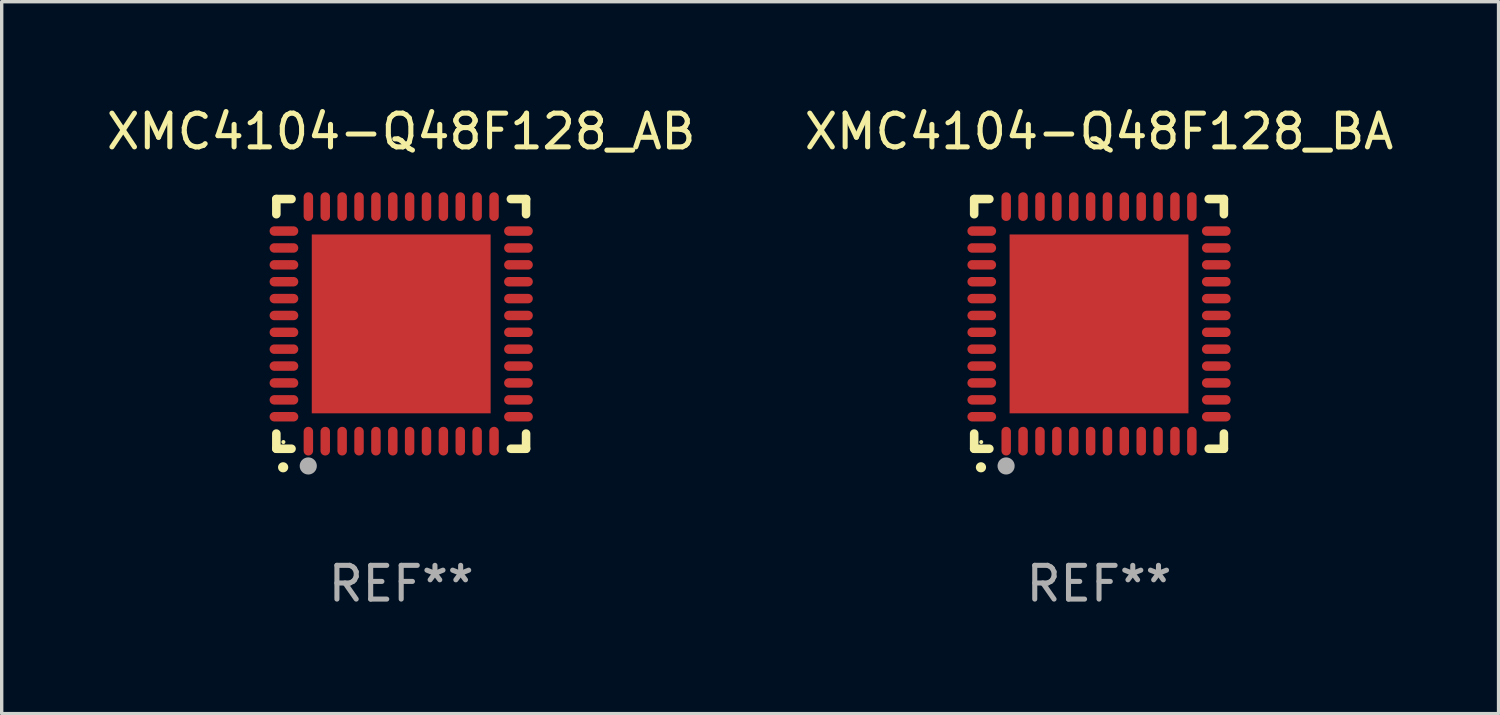
<source format=kicad_pcb>
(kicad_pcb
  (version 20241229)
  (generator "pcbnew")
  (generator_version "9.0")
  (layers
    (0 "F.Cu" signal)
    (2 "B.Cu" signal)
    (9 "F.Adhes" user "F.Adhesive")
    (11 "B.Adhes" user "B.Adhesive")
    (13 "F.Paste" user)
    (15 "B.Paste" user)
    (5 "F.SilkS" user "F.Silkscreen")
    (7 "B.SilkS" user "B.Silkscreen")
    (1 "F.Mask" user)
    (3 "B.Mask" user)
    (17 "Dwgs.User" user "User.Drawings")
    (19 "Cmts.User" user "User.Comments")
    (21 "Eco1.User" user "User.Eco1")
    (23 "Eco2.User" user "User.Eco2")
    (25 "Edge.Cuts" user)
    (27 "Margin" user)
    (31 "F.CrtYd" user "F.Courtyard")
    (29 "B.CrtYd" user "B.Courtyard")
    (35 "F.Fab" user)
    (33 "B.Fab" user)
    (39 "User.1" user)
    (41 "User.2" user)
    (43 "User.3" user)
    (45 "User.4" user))
  (footprint "XMC4104-Q48F128_AB"
    (layer "F.Cu")
    (at 8.839 6.548)
    (property "Reference" "XMC4104-Q48F128_AB" (at 0 -5.7 0) (layer "F.SilkS") (effects (font (size 1 1) (thickness 0.15))))
    (attr through_hole)
    (fp_line (start -3.7 -3.7) (end -3.25 -3.7) (stroke (width 0.254) (type solid)) (layer "F.SilkS"))
    (fp_line (start -3.7 -3.25) (end -3.7 -3.7) (stroke (width 0.254) (type solid)) (layer "F.SilkS"))
    (fp_line (start -3.7 3.7) (end -3.7 3.25) (stroke (width 0.254) (type solid)) (layer "F.SilkS"))
    (fp_line (start -3.25 3.7) (end -3.7 3.7) (stroke (width 0.254) (type solid)) (layer "F.SilkS"))
    (fp_line (start 3.25 3.7) (end 3.7 3.7) (stroke (width 0.254) (type solid)) (layer "F.SilkS"))
    (fp_line (start 3.7 -3.7) (end 3.25 -3.7) (stroke (width 0.254) (type solid)) (layer "F.SilkS"))
    (fp_line (start 3.7 -3.25) (end 3.7 -3.7) (stroke (width 0.254) (type solid)) (layer "F.SilkS"))
    (fp_line (start 3.7 3.7) (end 3.7 3.25) (stroke (width 0.254) (type solid)) (layer "F.SilkS"))
    (fp_arc (start -3.500127 4.249428) (mid -3.498857 4.249423) (end -3.497587 4.249428) (stroke (width 0.3) (type solid)) (layer "F.SilkS"))
    (fp_circle (center -3.491 3.501) (end -3.461 3.501) (stroke (width 0.06) (type solid)) (fill no) (layer "F.SilkS"))
    (fp_circle (center -2.754 4.21) (end -2.627 4.21) (stroke (width 0.254) (type solid)) (fill no) (layer "F.Fab"))
    (fp_text user "REF**" (at 0 7.7 0) (layer "F.Fab") (effects (font (size 1 1) (thickness 0.15))))
    (pad "1" smd oval (at -2.751 3.475) (size 0.28 0.85) (layers "F.Cu" "F.Mask" "F.Paste"))
    (pad "2" smd oval (at -2.251 3.475) (size 0.28 0.85) (layers "F.Cu" "F.Mask" "F.Paste"))
    (pad "3" smd oval (at -1.75 3.475) (size 0.28 0.85) (layers "F.Cu" "F.Mask" "F.Paste"))
    (pad "4" smd oval (at -1.25 3.475) (size 0.28 0.85) (layers "F.Cu" "F.Mask" "F.Paste"))
    (pad "5" smd oval (at -0.749 3.475) (size 0.28 0.85) (layers "F.Cu" "F.Mask" "F.Paste"))
    (pad "6" smd oval (at -0.249 3.475) (size 0.28 0.85) (layers "F.Cu" "F.Mask" "F.Paste"))
    (pad "7" smd oval (at 0.249 3.475) (size 0.28 0.85) (layers "F.Cu" "F.Mask" "F.Paste"))
    (pad "8" smd oval (at 0.749 3.475) (size 0.28 0.85) (layers "F.Cu" "F.Mask" "F.Paste"))
    (pad "9" smd oval (at 1.25 3.475) (size 0.28 0.85) (layers "F.Cu" "F.Mask" "F.Paste"))
    (pad "10" smd oval (at 1.75 3.475) (size 0.28 0.85) (layers "F.Cu" "F.Mask" "F.Paste"))
    (pad "11" smd oval (at 2.25 3.475) (size 0.28 0.85) (layers "F.Cu" "F.Mask" "F.Paste"))
    (pad "12" smd oval (at 2.751 3.475) (size 0.28 0.85) (layers "F.Cu" "F.Mask" "F.Paste"))
    (pad "13" smd oval (at 3.475 2.751) (size 0.85 0.28) (layers "F.Cu" "F.Mask" "F.Paste"))
    (pad "14" smd oval (at 3.475 2.251) (size 0.85 0.28) (layers "F.Cu" "F.Mask" "F.Paste"))
    (pad "15" smd oval (at 3.475 1.75) (size 0.85 0.28) (layers "F.Cu" "F.Mask" "F.Paste"))
    (pad "16" smd oval (at 3.475 1.25) (size 0.85 0.28) (layers "F.Cu" "F.Mask" "F.Paste"))
    (pad "17" smd oval (at 3.475 0.749) (size 0.85 0.28) (layers "F.Cu" "F.Mask" "F.Paste"))
    (pad "18" smd oval (at 3.475 0.249) (size 0.85 0.28) (layers "F.Cu" "F.Mask" "F.Paste"))
    (pad "19" smd oval (at 3.475 -0.249) (size 0.85 0.28) (layers "F.Cu" "F.Mask" "F.Paste"))
    (pad "20" smd oval (at 3.475 -0.749) (size 0.85 0.28) (layers "F.Cu" "F.Mask" "F.Paste"))
    (pad "21" smd oval (at 3.475 -1.25) (size 0.85 0.28) (layers "F.Cu" "F.Mask" "F.Paste"))
    (pad "22" smd oval (at 3.475 -1.75) (size 0.85 0.28) (layers "F.Cu" "F.Mask" "F.Paste"))
    (pad "23" smd oval (at 3.475 -2.25) (size 0.85 0.28) (layers "F.Cu" "F.Mask" "F.Paste"))
    (pad "24" smd oval (at 3.475 -2.751) (size 0.85 0.28) (layers "F.Cu" "F.Mask" "F.Paste"))
    (pad "25" smd oval (at 2.751 -3.475) (size 0.28 0.85) (layers "F.Cu" "F.Mask" "F.Paste"))
    (pad "26" smd oval (at 2.25 -3.475) (size 0.28 0.85) (layers "F.Cu" "F.Mask" "F.Paste"))
    (pad "27" smd oval (at 1.75 -3.475) (size 0.28 0.85) (layers "F.Cu" "F.Mask" "F.Paste"))
    (pad "28" smd oval (at 1.25 -3.475) (size 0.28 0.85) (layers "F.Cu" "F.Mask" "F.Paste"))
    (pad "29" smd oval (at 0.749 -3.475) (size 0.28 0.85) (layers "F.Cu" "F.Mask" "F.Paste"))
    (pad "30" smd oval (at 0.249 -3.475) (size 0.28 0.85) (layers "F.Cu" "F.Mask" "F.Paste"))
    (pad "31" smd oval (at -0.249 -3.475) (size 0.28 0.85) (layers "F.Cu" "F.Mask" "F.Paste"))
    (pad "32" smd oval (at -0.749 -3.475) (size 0.28 0.85) (layers "F.Cu" "F.Mask" "F.Paste"))
    (pad "33" smd oval (at -1.25 -3.475) (size 0.28 0.85) (layers "F.Cu" "F.Mask" "F.Paste"))
    (pad "34" smd oval (at -1.75 -3.475) (size 0.28 0.85) (layers "F.Cu" "F.Mask" "F.Paste"))
    (pad "35" smd oval (at -2.251 -3.475) (size 0.28 0.85) (layers "F.Cu" "F.Mask" "F.Paste"))
    (pad "36" smd oval (at -2.751 -3.475) (size 0.28 0.85) (layers "F.Cu" "F.Mask" "F.Paste"))
    (pad "37" smd oval (at -3.475 -2.751) (size 0.85 0.28) (layers "F.Cu" "F.Mask" "F.Paste"))
    (pad "38" smd oval (at -3.475 -2.25) (size 0.85 0.28) (layers "F.Cu" "F.Mask" "F.Paste"))
    (pad "39" smd oval (at -3.475 -1.75) (size 0.85 0.28) (layers "F.Cu" "F.Mask" "F.Paste"))
    (pad "40" smd oval (at -3.475 -1.25) (size 0.85 0.28) (layers "F.Cu" "F.Mask" "F.Paste"))
    (pad "41" smd oval (at -3.475 -0.749) (size 0.85 0.28) (layers "F.Cu" "F.Mask" "F.Paste"))
    (pad "42" smd oval (at -3.475 -0.249) (size 0.85 0.28) (layers "F.Cu" "F.Mask" "F.Paste"))
    (pad "43" smd oval (at -3.475 0.249) (size 0.85 0.28) (layers "F.Cu" "F.Mask" "F.Paste"))
    (pad "44" smd oval (at -3.475 0.749) (size 0.85 0.28) (layers "F.Cu" "F.Mask" "F.Paste"))
    (pad "45" smd oval (at -3.475 1.25) (size 0.85 0.28) (layers "F.Cu" "F.Mask" "F.Paste"))
    (pad "46" smd oval (at -3.475 1.75) (size 0.85 0.28) (layers "F.Cu" "F.Mask" "F.Paste"))
    (pad "47" smd oval (at -3.475 2.251) (size 0.85 0.28) (layers "F.Cu" "F.Mask" "F.Paste"))
    (pad "48" smd oval (at -3.475 2.751) (size 0.85 0.28) (layers "F.Cu" "F.Mask" "F.Paste"))
    (pad "49" smd rect (at -0.000102 0.000102) (size 5.3 5.3) (layers "F.Cu" "F.Mask" "F.Paste")))
  (footprint "XMC4104-Q48F128_BA"
    (layer "F.Cu")
    (at 29.518 6.548)
    (property "Reference" "XMC4104-Q48F128_BA" (at 0 -5.7 0) (layer "F.SilkS") (effects (font (size 1 1) (thickness 0.15))))
    (attr through_hole)
    (fp_line (start -3.7 -3.7) (end -3.25 -3.7) (stroke (width 0.254) (type solid)) (layer "F.SilkS"))
    (fp_line (start -3.7 -3.25) (end -3.7 -3.7) (stroke (width 0.254) (type solid)) (layer "F.SilkS"))
    (fp_line (start -3.7 3.7) (end -3.7 3.25) (stroke (width 0.254) (type solid)) (layer "F.SilkS"))
    (fp_line (start -3.25 3.7) (end -3.7 3.7) (stroke (width 0.254) (type solid)) (layer "F.SilkS"))
    (fp_line (start 3.25 3.7) (end 3.7 3.7) (stroke (width 0.254) (type solid)) (layer "F.SilkS"))
    (fp_line (start 3.7 -3.7) (end 3.25 -3.7) (stroke (width 0.254) (type solid)) (layer "F.SilkS"))
    (fp_line (start 3.7 -3.25) (end 3.7 -3.7) (stroke (width 0.254) (type solid)) (layer "F.SilkS"))
    (fp_line (start 3.7 3.7) (end 3.7 3.25) (stroke (width 0.254) (type solid)) (layer "F.SilkS"))
    (fp_arc (start -3.500127 4.249428) (mid -3.498857 4.249423) (end -3.497587 4.249428) (stroke (width 0.3) (type solid)) (layer "F.SilkS"))
    (fp_circle (center -3.491 3.501) (end -3.461 3.501) (stroke (width 0.06) (type solid)) (fill no) (layer "F.SilkS"))
    (fp_circle (center -2.754 4.21) (end -2.627 4.21) (stroke (width 0.254) (type solid)) (fill no) (layer "F.Fab"))
    (fp_text user "REF**" (at 0 7.7 0) (layer "F.Fab") (effects (font (size 1 1) (thickness 0.15))))
    (pad "1" smd oval (at -2.751 3.475) (size 0.28 0.85) (layers "F.Cu" "F.Mask" "F.Paste"))
    (pad "2" smd oval (at -2.251 3.475) (size 0.28 0.85) (layers "F.Cu" "F.Mask" "F.Paste"))
    (pad "3" smd oval (at -1.75 3.475) (size 0.28 0.85) (layers "F.Cu" "F.Mask" "F.Paste"))
    (pad "4" smd oval (at -1.25 3.475) (size 0.28 0.85) (layers "F.Cu" "F.Mask" "F.Paste"))
    (pad "5" smd oval (at -0.749 3.475) (size 0.28 0.85) (layers "F.Cu" "F.Mask" "F.Paste"))
    (pad "6" smd oval (at -0.249 3.475) (size 0.28 0.85) (layers "F.Cu" "F.Mask" "F.Paste"))
    (pad "7" smd oval (at 0.249 3.475) (size 0.28 0.85) (layers "F.Cu" "F.Mask" "F.Paste"))
    (pad "8" smd oval (at 0.749 3.475) (size 0.28 0.85) (layers "F.Cu" "F.Mask" "F.Paste"))
    (pad "9" smd oval (at 1.25 3.475) (size 0.28 0.85) (layers "F.Cu" "F.Mask" "F.Paste"))
    (pad "10" smd oval (at 1.75 3.475) (size 0.28 0.85) (layers "F.Cu" "F.Mask" "F.Paste"))
    (pad "11" smd oval (at 2.25 3.475) (size 0.28 0.85) (layers "F.Cu" "F.Mask" "F.Paste"))
    (pad "12" smd oval (at 2.751 3.475) (size 0.28 0.85) (layers "F.Cu" "F.Mask" "F.Paste"))
    (pad "13" smd oval (at 3.475 2.751) (size 0.85 0.28) (layers "F.Cu" "F.Mask" "F.Paste"))
    (pad "14" smd oval (at 3.475 2.251) (size 0.85 0.28) (layers "F.Cu" "F.Mask" "F.Paste"))
    (pad "15" smd oval (at 3.475 1.75) (size 0.85 0.28) (layers "F.Cu" "F.Mask" "F.Paste"))
    (pad "16" smd oval (at 3.475 1.25) (size 0.85 0.28) (layers "F.Cu" "F.Mask" "F.Paste"))
    (pad "17" smd oval (at 3.475 0.749) (size 0.85 0.28) (layers "F.Cu" "F.Mask" "F.Paste"))
    (pad "18" smd oval (at 3.475 0.249) (size 0.85 0.28) (layers "F.Cu" "F.Mask" "F.Paste"))
    (pad "19" smd oval (at 3.475 -0.249) (size 0.85 0.28) (layers "F.Cu" "F.Mask" "F.Paste"))
    (pad "20" smd oval (at 3.475 -0.749) (size 0.85 0.28) (layers "F.Cu" "F.Mask" "F.Paste"))
    (pad "21" smd oval (at 3.475 -1.25) (size 0.85 0.28) (layers "F.Cu" "F.Mask" "F.Paste"))
    (pad "22" smd oval (at 3.475 -1.75) (size 0.85 0.28) (layers "F.Cu" "F.Mask" "F.Paste"))
    (pad "23" smd oval (at 3.475 -2.25) (size 0.85 0.28) (layers "F.Cu" "F.Mask" "F.Paste"))
    (pad "24" smd oval (at 3.475 -2.751) (size 0.85 0.28) (layers "F.Cu" "F.Mask" "F.Paste"))
    (pad "25" smd oval (at 2.751 -3.475) (size 0.28 0.85) (layers "F.Cu" "F.Mask" "F.Paste"))
    (pad "26" smd oval (at 2.25 -3.475) (size 0.28 0.85) (layers "F.Cu" "F.Mask" "F.Paste"))
    (pad "27" smd oval (at 1.75 -3.475) (size 0.28 0.85) (layers "F.Cu" "F.Mask" "F.Paste"))
    (pad "28" smd oval (at 1.25 -3.475) (size 0.28 0.85) (layers "F.Cu" "F.Mask" "F.Paste"))
    (pad "29" smd oval (at 0.749 -3.475) (size 0.28 0.85) (layers "F.Cu" "F.Mask" "F.Paste"))
    (pad "30" smd oval (at 0.249 -3.475) (size 0.28 0.85) (layers "F.Cu" "F.Mask" "F.Paste"))
    (pad "31" smd oval (at -0.249 -3.475) (size 0.28 0.85) (layers "F.Cu" "F.Mask" "F.Paste"))
    (pad "32" smd oval (at -0.749 -3.475) (size 0.28 0.85) (layers "F.Cu" "F.Mask" "F.Paste"))
    (pad "33" smd oval (at -1.25 -3.475) (size 0.28 0.85) (layers "F.Cu" "F.Mask" "F.Paste"))
    (pad "34" smd oval (at -1.75 -3.475) (size 0.28 0.85) (layers "F.Cu" "F.Mask" "F.Paste"))
    (pad "35" smd oval (at -2.251 -3.475) (size 0.28 0.85) (layers "F.Cu" "F.Mask" "F.Paste"))
    (pad "36" smd oval (at -2.751 -3.475) (size 0.28 0.85) (layers "F.Cu" "F.Mask" "F.Paste"))
    (pad "37" smd oval (at -3.475 -2.751) (size 0.85 0.28) (layers "F.Cu" "F.Mask" "F.Paste"))
    (pad "38" smd oval (at -3.475 -2.25) (size 0.85 0.28) (layers "F.Cu" "F.Mask" "F.Paste"))
    (pad "39" smd oval (at -3.475 -1.75) (size 0.85 0.28) (layers "F.Cu" "F.Mask" "F.Paste"))
    (pad "40" smd oval (at -3.475 -1.25) (size 0.85 0.28) (layers "F.Cu" "F.Mask" "F.Paste"))
    (pad "41" smd oval (at -3.475 -0.749) (size 0.85 0.28) (layers "F.Cu" "F.Mask" "F.Paste"))
    (pad "42" smd oval (at -3.475 -0.249) (size 0.85 0.28) (layers "F.Cu" "F.Mask" "F.Paste"))
    (pad "43" smd oval (at -3.475 0.249) (size 0.85 0.28) (layers "F.Cu" "F.Mask" "F.Paste"))
    (pad "44" smd oval (at -3.475 0.749) (size 0.85 0.28) (layers "F.Cu" "F.Mask" "F.Paste"))
    (pad "45" smd oval (at -3.475 1.25) (size 0.85 0.28) (layers "F.Cu" "F.Mask" "F.Paste"))
    (pad "46" smd oval (at -3.475 1.75) (size 0.85 0.28) (layers "F.Cu" "F.Mask" "F.Paste"))
    (pad "47" smd oval (at -3.475 2.251) (size 0.85 0.28) (layers "F.Cu" "F.Mask" "F.Paste"))
    (pad "48" smd oval (at -3.475 2.751) (size 0.85 0.28) (layers "F.Cu" "F.Mask" "F.Paste"))
    (pad "49" smd rect (at -0.000102 0.000102) (size 5.3 5.3) (layers "F.Cu" "F.Mask" "F.Paste")))
  (gr_rect
    (start -3 -3)
    (end 41.357 18.097)
    (stroke (width 0.1) (type default))
    (fill no)
    (layer "Edge.Cuts")))
</source>
